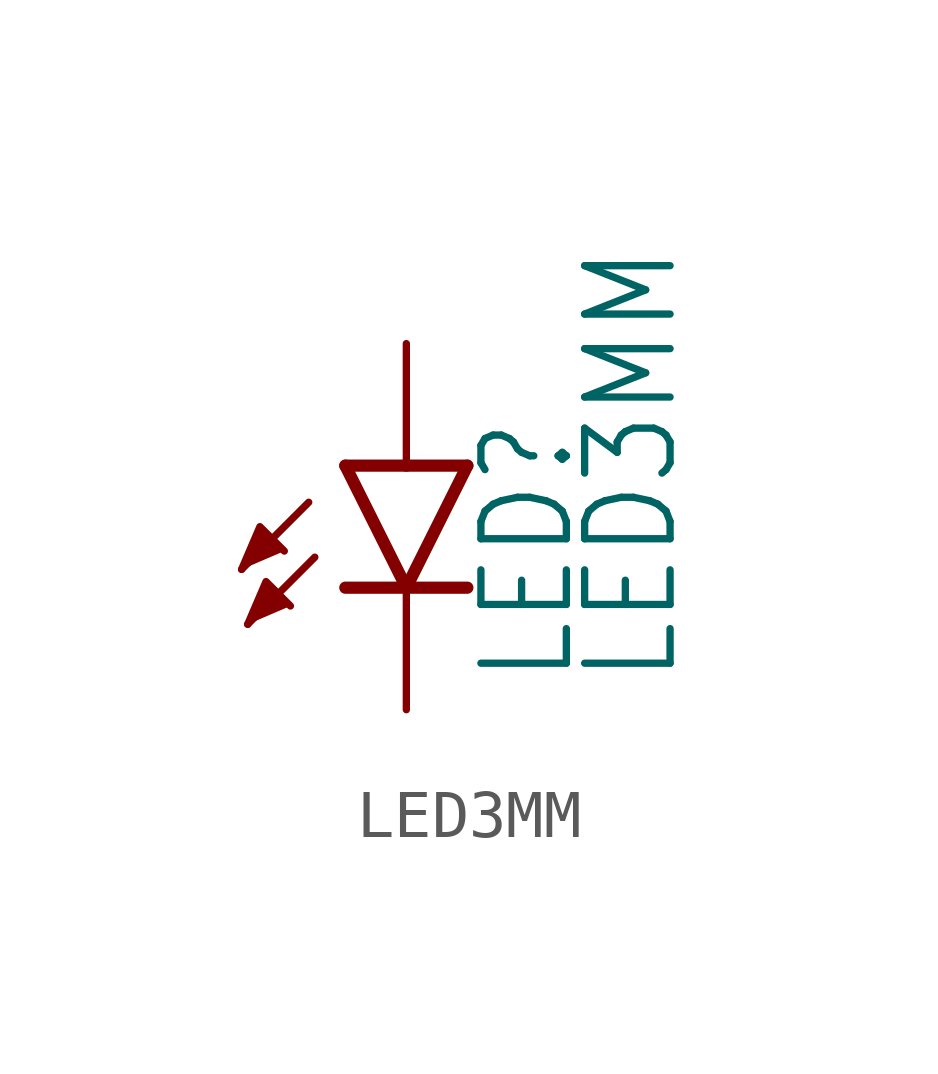
<source format=kicad_sym>
(kicad_symbol_lib
  (version 20210619)
  (generator kicad_symbol_editor)
  (symbol "LED3MM"
    (property "Reference" "LED"
      (at 3.556 -4.572 90)
      (effects (font (size 1.778 1.511)) (justify left bottom)))
    (property "Value" "LED3MM"
      (at 5.715 -4.572 90)
      (effects (font (size 1.778 1.511)) (justify left bottom)))
    (property "ki_locked" ""
      (at 0 0 0)
      (effects (font (size 1.27 1.27))))
    (symbol "LED3MM_1_0"
      (polyline (pts (xy -2.032 -0.762) (xy -3.429 -2.159)) (stroke (width 0.152)) (fill (type none)))
      (polyline (pts (xy -1.905 -1.905) (xy -3.302 -3.302)) (stroke (width 0.152)) (fill (type none)))
      (polyline (pts (xy 0 -2.54) (xy -1.27 -2.54)) (stroke (width 0.254)) (fill (type none)))
      (polyline (pts (xy 0 -2.54) (xy -1.27 0)) (stroke (width 0.254)) (fill (type none)))
      (polyline (pts (xy 0 0) (xy -1.27 0)) (stroke (width 0.254)) (fill (type none)))
      (polyline (pts (xy 1.27 -2.54) (xy 0 -2.54)) (stroke (width 0.254)) (fill (type none)))
      (polyline (pts (xy 1.27 0) (xy 0 -2.54)) (stroke (width 0.254)) (fill (type none)))
      (polyline (pts (xy 1.27 0) (xy 0 0)) (stroke (width 0.254)) (fill (type none)))
      (polyline (pts (xy -3.429 -2.159) (xy -3.048 -1.27) (xy -2.54 -1.778)) (stroke (width 0)) (fill (type outline)))
      (polyline (pts (xy -3.302 -3.302) (xy -2.921 -2.413) (xy -2.413 -2.921)) (stroke (width 0)) (fill (type outline)))
      (pin passive line (at 0 2.54 270) (length 2.54) (name "A" (effects (font (size 0 0)))) (number "A" (effects (font (size 0 0)))))
      (pin passive line (at 0 -5.08 90) (length 2.54) (name "C" (effects (font (size 0 0)))) (number "K" (effects (font (size 0 0))))))))
</source>
